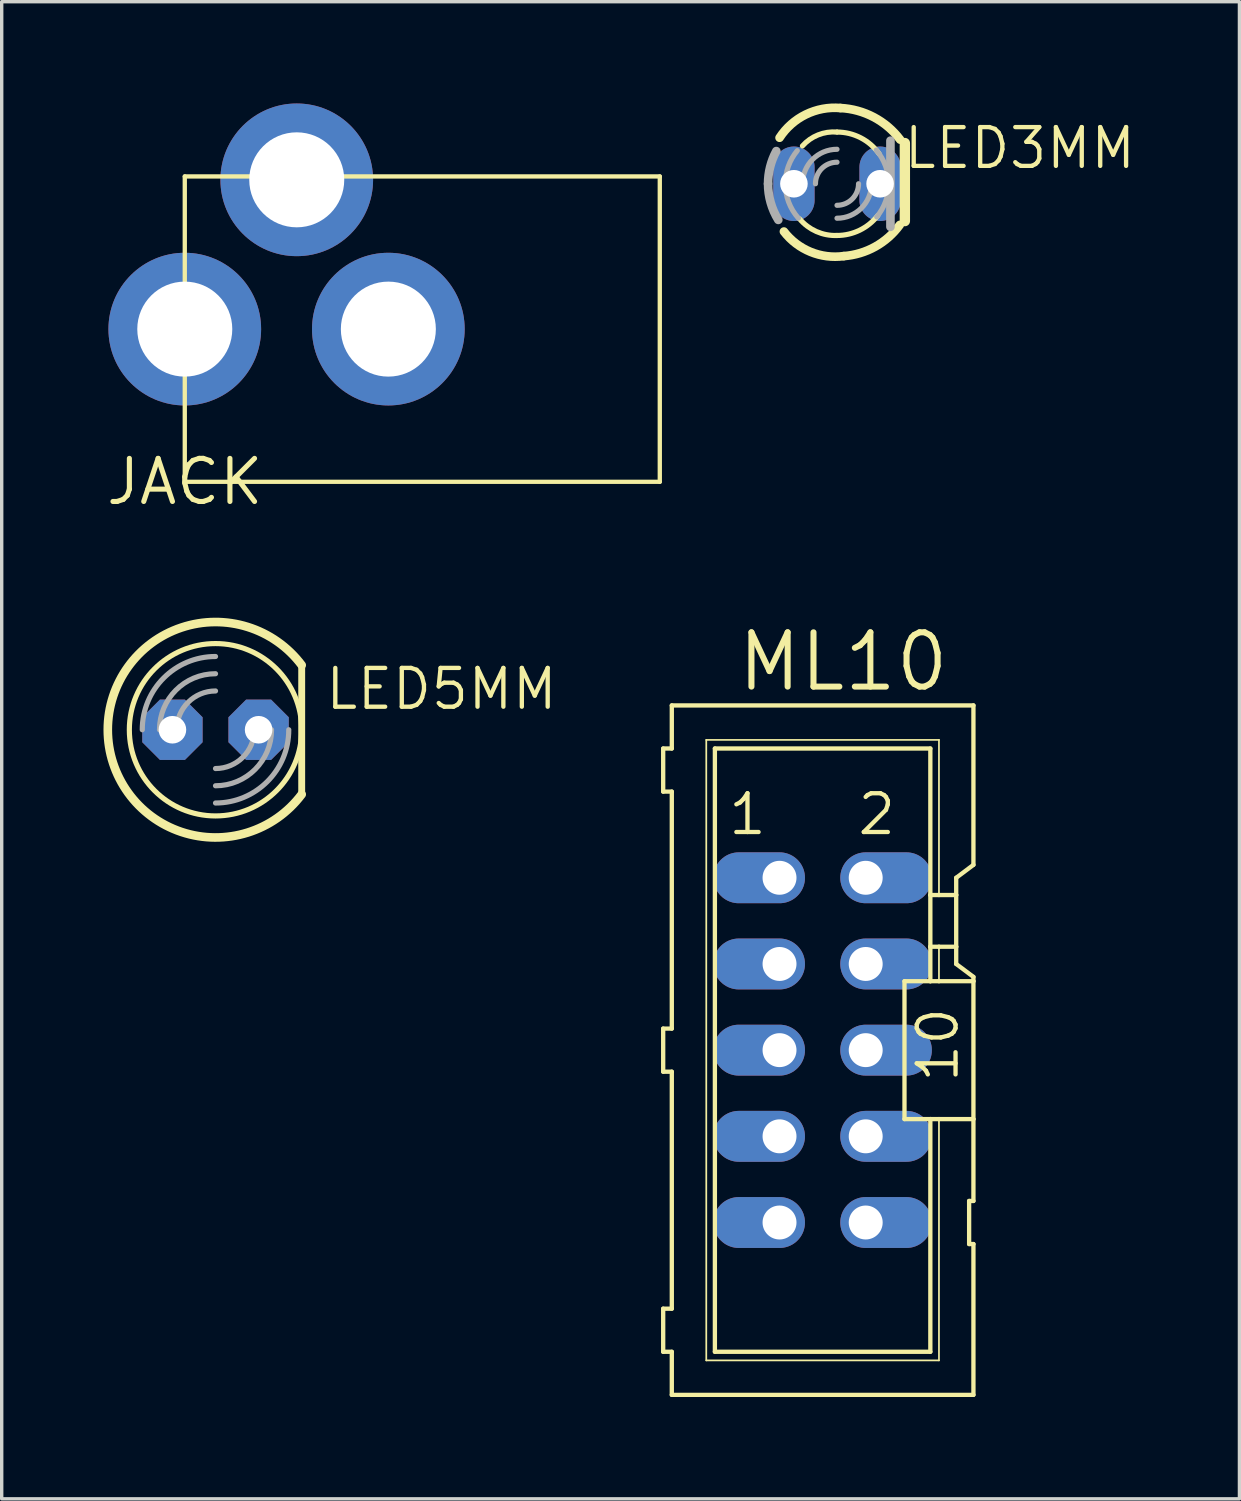
<source format=kicad_pcb>
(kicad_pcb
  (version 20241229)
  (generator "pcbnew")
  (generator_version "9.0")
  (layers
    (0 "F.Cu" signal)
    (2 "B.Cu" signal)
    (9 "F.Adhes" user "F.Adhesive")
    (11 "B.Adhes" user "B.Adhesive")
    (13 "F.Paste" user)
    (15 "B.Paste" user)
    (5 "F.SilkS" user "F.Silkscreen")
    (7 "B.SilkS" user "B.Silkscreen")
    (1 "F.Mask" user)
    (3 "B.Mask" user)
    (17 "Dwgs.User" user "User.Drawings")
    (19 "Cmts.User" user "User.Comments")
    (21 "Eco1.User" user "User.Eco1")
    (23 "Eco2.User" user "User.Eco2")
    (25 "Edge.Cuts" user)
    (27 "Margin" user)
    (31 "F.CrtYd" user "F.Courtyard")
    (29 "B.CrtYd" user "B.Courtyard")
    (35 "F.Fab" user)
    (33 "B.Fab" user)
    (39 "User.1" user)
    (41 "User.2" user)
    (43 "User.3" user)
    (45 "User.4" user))
  (footprint "JACK"
    (layer "F.Cu")
    (at 2.396 11.15)
    (property "Reference" "JACK" (at 0 0 0) (layer "F.SilkS") (effects (font (size 1.27 1.27) (thickness 0.15))))
    (fp_line (start 0 -9) (end 0 0) (stroke (width 0.127) (type solid)) (layer "F.SilkS"))
    (fp_line (start 0 0) (end 14 0) (stroke (width 0.127) (type solid)) (layer "F.SilkS"))
    (fp_line (start 14 -9) (end 0 -9) (stroke (width 0.127) (type solid)) (layer "F.SilkS"))
    (fp_line (start 14 0) (end 14 -9) (stroke (width 0.127) (type solid)) (layer "F.SilkS"))
    (pad "1" thru_hole circle (at 0 -4.5 180) (size 4.5 4.5) (drill 2.8) (layers "*.Cu" "*.Mask"))
    (pad "2" thru_hole circle (at 6 -4.5) (size 4.5 4.5) (drill 2.8) (layers "*.Cu" "*.Mask"))
    (pad "3" thru_hole circle (at 3.3 -8.9 50) (size 4.5 4.5) (drill 2.8) (layers "*.Cu" "*.Mask")))
  (footprint "ML10"
    (layer "F.Cu")
    (at 21.195 30.441)
    (property "Reference" "ML10" (at 3.81 -14.922 0) (layer "F.SilkS") (effects (font (size 1.6 1.6) (thickness 0.178)) (justify right top)))
    (fp_line (start -4.699 -11.43) (end -4.699 -10.16) (stroke (width 0.127) (type solid)) (layer "F.SilkS"))
    (fp_line (start -4.699 -3.175) (end -4.699 -1.905) (stroke (width 0.127) (type solid)) (layer "F.SilkS"))
    (fp_line (start -4.699 -3.175) (end -4.445 -3.175) (stroke (width 0.127) (type solid)) (layer "F.SilkS"))
    (fp_line (start -4.699 -1.905) (end -4.445 -1.905) (stroke (width 0.127) (type solid)) (layer "F.SilkS"))
    (fp_line (start -4.699 5.08) (end -4.699 6.35) (stroke (width 0.127) (type solid)) (layer "F.SilkS"))
    (fp_line (start -4.699 5.08) (end -4.445 5.08) (stroke (width 0.127) (type solid)) (layer "F.SilkS"))
    (fp_line (start -4.699 6.35) (end -4.445 6.35) (stroke (width 0.127) (type solid)) (layer "F.SilkS"))
    (fp_line (start -4.445 -11.43) (end -4.699 -11.43) (stroke (width 0.127) (type solid)) (layer "F.SilkS"))
    (fp_line (start -4.445 -11.43) (end -4.445 -12.7) (stroke (width 0.127) (type solid)) (layer "F.SilkS"))
    (fp_line (start -4.445 -10.16) (end -4.699 -10.16) (stroke (width 0.127) (type solid)) (layer "F.SilkS"))
    (fp_line (start -4.445 -3.175) (end -4.445 -10.16) (stroke (width 0.127) (type solid)) (layer "F.SilkS"))
    (fp_line (start -4.445 5.08) (end -4.445 -1.905) (stroke (width 0.127) (type solid)) (layer "F.SilkS"))
    (fp_line (start -4.445 7.62) (end -4.445 6.35) (stroke (width 0.127) (type solid)) (layer "F.SilkS"))
    (fp_line (start -4.445 7.62) (end 4.445 7.62) (stroke (width 0.127) (type solid)) (layer "F.SilkS"))
    (fp_line (start -3.429 -11.684) (end -3.429 6.604) (stroke (width 0.051) (type solid)) (layer "F.SilkS"))
    (fp_line (start -3.429 6.604) (end 3.429 6.604) (stroke (width 0.051) (type solid)) (layer "F.SilkS"))
    (fp_line (start -3.175 6.35) (end -3.175 -11.43) (stroke (width 0.127) (type solid)) (layer "F.SilkS"))
    (fp_line (start -3.175 6.35) (end 3.175 6.35) (stroke (width 0.127) (type solid)) (layer "F.SilkS"))
    (fp_line (start 2.413 -4.572) (end 2.413 -0.508) (stroke (width 0.127) (type solid)) (layer "F.SilkS"))
    (fp_line (start 2.413 -4.572) (end 3.175 -4.572) (stroke (width 0.127) (type solid)) (layer "F.SilkS"))
    (fp_line (start 3.175 -11.43) (end -3.175 -11.43) (stroke (width 0.127) (type solid)) (layer "F.SilkS"))
    (fp_line (start 3.175 -11.43) (end 3.175 -7.112) (stroke (width 0.127) (type solid)) (layer "F.SilkS"))
    (fp_line (start 3.175 -7.112) (end 3.175 -5.588) (stroke (width 0.127) (type solid)) (layer "F.SilkS"))
    (fp_line (start 3.175 -7.112) (end 3.429 -7.112) (stroke (width 0.127) (type solid)) (layer "F.SilkS"))
    (fp_line (start 3.175 -5.588) (end 3.175 -4.572) (stroke (width 0.127) (type solid)) (layer "F.SilkS"))
    (fp_line (start 3.175 -5.588) (end 3.429 -5.588) (stroke (width 0.127) (type solid)) (layer "F.SilkS"))
    (fp_line (start 3.175 -4.572) (end 3.429 -4.572) (stroke (width 0.127) (type solid)) (layer "F.SilkS"))
    (fp_line (start 3.175 -0.508) (end 2.413 -0.508) (stroke (width 0.127) (type solid)) (layer "F.SilkS"))
    (fp_line (start 3.175 -0.508) (end 3.175 6.35) (stroke (width 0.127) (type solid)) (layer "F.SilkS"))
    (fp_line (start 3.175 -0.508) (end 3.429 -0.508) (stroke (width 0.127) (type solid)) (layer "F.SilkS"))
    (fp_line (start 3.429 -11.684) (end -3.429 -11.684) (stroke (width 0.051) (type solid)) (layer "F.SilkS"))
    (fp_line (start 3.429 -7.112) (end 3.429 -11.684) (stroke (width 0.051) (type solid)) (layer "F.SilkS"))
    (fp_line (start 3.429 -7.112) (end 3.937 -7.112) (stroke (width 0.127) (type solid)) (layer "F.SilkS"))
    (fp_line (start 3.429 -5.588) (end 3.429 -4.572) (stroke (width 0.051) (type solid)) (layer "F.SilkS"))
    (fp_line (start 3.429 -5.588) (end 3.937 -5.588) (stroke (width 0.127) (type solid)) (layer "F.SilkS"))
    (fp_line (start 3.429 -4.572) (end 4.445 -4.572) (stroke (width 0.127) (type solid)) (layer "F.SilkS"))
    (fp_line (start 3.429 -0.508) (end 4.445 -0.508) (stroke (width 0.127) (type solid)) (layer "F.SilkS"))
    (fp_line (start 3.429 6.604) (end 3.429 -0.508) (stroke (width 0.051) (type solid)) (layer "F.SilkS"))
    (fp_line (start 3.937 -7.62) (end 3.937 -7.112) (stroke (width 0.127) (type solid)) (layer "F.SilkS"))
    (fp_line (start 3.937 -7.62) (end 4.445 -8.001) (stroke (width 0.127) (type solid)) (layer "F.SilkS"))
    (fp_line (start 3.937 -7.112) (end 3.937 -5.588) (stroke (width 0.127) (type solid)) (layer "F.SilkS"))
    (fp_line (start 3.937 -5.588) (end 3.937 -5.08) (stroke (width 0.127) (type solid)) (layer "F.SilkS"))
    (fp_line (start 4.318 1.905) (end 4.318 3.175) (stroke (width 0.127) (type solid)) (layer "F.SilkS"))
    (fp_line (start 4.318 1.905) (end 4.445 1.905) (stroke (width 0.127) (type solid)) (layer "F.SilkS"))
    (fp_line (start 4.445 -12.7) (end -4.445 -12.7) (stroke (width 0.127) (type solid)) (layer "F.SilkS"))
    (fp_line (start 4.445 -12.7) (end 4.445 -8.001) (stroke (width 0.127) (type solid)) (layer "F.SilkS"))
    (fp_line (start 4.445 -4.699) (end 3.937 -5.08) (stroke (width 0.127) (type solid)) (layer "F.SilkS"))
    (fp_line (start 4.445 -4.699) (end 4.445 -4.572) (stroke (width 0.127) (type solid)) (layer "F.SilkS"))
    (fp_line (start 4.445 -4.572) (end 4.445 -0.508) (stroke (width 0.127) (type solid)) (layer "F.SilkS"))
    (fp_line (start 4.445 -0.508) (end 4.445 1.905) (stroke (width 0.127) (type solid)) (layer "F.SilkS"))
    (fp_line (start 4.445 3.175) (end 4.318 3.175) (stroke (width 0.127) (type solid)) (layer "F.SilkS"))
    (fp_line (start 4.445 3.175) (end 4.445 7.62) (stroke (width 0.127) (type solid)) (layer "F.SilkS"))
    (fp_poly (pts (xy -1.524 -7.366) (xy -1.016 -7.366) (xy -1.016 -7.874) (xy -1.524 -7.874)) (stroke (width 0.1) (type default)) (fill no) (layer "F.Fab"))
    (fp_poly (pts (xy -1.524 -4.826) (xy -1.016 -4.826) (xy -1.016 -5.334) (xy -1.524 -5.334)) (stroke (width 0.1) (type default)) (fill no) (layer "F.Fab"))
    (fp_poly (pts (xy -1.524 -2.286) (xy -1.016 -2.286) (xy -1.016 -2.794) (xy -1.524 -2.794)) (stroke (width 0.1) (type default)) (fill no) (layer "F.Fab"))
    (fp_poly (pts (xy -1.524 0.254) (xy -1.016 0.254) (xy -1.016 -0.254) (xy -1.524 -0.254)) (stroke (width 0.1) (type default)) (fill no) (layer "F.Fab"))
    (fp_poly (pts (xy -1.524 2.794) (xy -1.016 2.794) (xy -1.016 2.286) (xy -1.524 2.286)) (stroke (width 0.1) (type default)) (fill no) (layer "F.Fab"))
    (fp_poly (pts (xy 1.016 -7.366) (xy 1.524 -7.366) (xy 1.524 -7.874) (xy 1.016 -7.874)) (stroke (width 0.1) (type default)) (fill no) (layer "F.Fab"))
    (fp_poly (pts (xy 1.016 -4.826) (xy 1.524 -4.826) (xy 1.524 -5.334) (xy 1.016 -5.334)) (stroke (width 0.1) (type default)) (fill no) (layer "F.Fab"))
    (fp_poly (pts (xy 1.016 -2.286) (xy 1.524 -2.286) (xy 1.524 -2.794) (xy 1.016 -2.794)) (stroke (width 0.1) (type default)) (fill no) (layer "F.Fab"))
    (fp_poly (pts (xy 1.016 0.254) (xy 1.524 0.254) (xy 1.524 -0.254) (xy 1.016 -0.254)) (stroke (width 0.1) (type default)) (fill no) (layer "F.Fab"))
    (fp_poly (pts (xy 1.524 2.794) (xy 1.524 2.286) (xy 1.016 2.286) (xy 1.016 2.794)) (stroke (width 0.1) (type default)) (fill no) (layer "F.Fab"))
    (fp_text user "2" (at 2.223 -10.16 0) (layer "F.SilkS") (effects (font (size 1.143 1.143) (thickness 0.127)) (justify right top)))
    (fp_text user "10" (at 4.064 -1.524 90) (layer "F.SilkS") (effects (font (size 1.143 1.143) (thickness 0.127)) (justify left bottom)))
    (fp_text user "1" (at -1.587 -10.16 0) (layer "F.SilkS") (effects (font (size 1.143 1.143) (thickness 0.127)) (justify right top)))
    (pad "1" thru_hole oval (at -1.27 -7.62 180) (size 2.7 1.5) (drill 1 (offset 0.6 0)) (layers "*.Cu" "*.Mask"))
    (pad "2" thru_hole oval (at 1.27 -7.62) (size 2.7 1.5) (drill 1 (offset 0.6 0)) (layers "*.Cu" "*.Mask"))
    (pad "3" thru_hole oval (at -1.27 -5.08 180) (size 2.7 1.5) (drill 1 (offset 0.6 0)) (layers "*.Cu" "*.Mask"))
    (pad "4" thru_hole oval (at 1.27 -5.08) (size 2.7 1.5) (drill 1 (offset 0.6 0)) (layers "*.Cu" "*.Mask"))
    (pad "5" thru_hole oval (at -1.27 -2.54 180) (size 2.7 1.5) (drill 1 (offset 0.6 0)) (layers "*.Cu" "*.Mask"))
    (pad "6" thru_hole oval (at 1.27 -2.54) (size 2.7 1.5) (drill 1 (offset 0.6 0)) (layers "*.Cu" "*.Mask"))
    (pad "7" thru_hole oval (at -1.27 0 180) (size 2.7 1.5) (drill 1 (offset 0.6 0)) (layers "*.Cu" "*.Mask"))
    (pad "8" thru_hole oval (at 1.27 0) (size 2.7 1.5) (drill 1 (offset 0.6 0)) (layers "*.Cu" "*.Mask"))
    (pad "9" thru_hole oval (at -1.27 2.54 180) (size 2.7 1.5) (drill 1 (offset 0.6 0)) (layers "*.Cu" "*.Mask"))
    (pad "10" thru_hole oval (at 1.27 2.54) (size 2.7 1.5) (drill 1 (offset 0.6 0)) (layers "*.Cu" "*.Mask")))
  (footprint "LED5MM"
    (layer "F.Cu")
    (at 3.302 18.458)
    (property "Reference" "LED5MM" (at 3.175 -0.533 0) (layer "F.SilkS") (effects (font (size 1.143 1.143) (thickness 0.127)) (justify left bottom)))
    (fp_line (start 2.54 1.905) (end 2.54 -1.905) (stroke (width 0.203) (type solid)) (layer "F.SilkS"))
    (fp_arc (start 2.54 1.905) (mid -3.175 0) (end 2.54 -1.905) (stroke (width 0.254) (type solid)) (layer "F.SilkS"))
    (fp_circle (center 0 0) (end 2.54 0) (stroke (width 0.152) (type solid)) (fill no) (layer "F.SilkS"))
    (fp_arc (start -2.159 0) (mid -1.526644 -1.526644) (end 0 -2.159) (stroke (width 0.1524) (type solid)) (layer "F.Fab"))
    (fp_arc (start -1.651 0) (mid -1.167433 -1.167433) (end 0 -1.651) (stroke (width 0.1524) (type solid)) (layer "F.Fab"))
    (fp_arc (start -1.143 0) (mid -0.808223 -0.808223) (end 0 -1.143) (stroke (width 0.1524) (type solid)) (layer "F.Fab"))
    (fp_arc (start 1.143 0) (mid 0.808223 0.808223) (end 0 1.143) (stroke (width 0.1524) (type solid)) (layer "F.Fab"))
    (fp_arc (start 1.651 0) (mid 1.167433 1.167433) (end 0 1.651) (stroke (width 0.1524) (type solid)) (layer "F.Fab"))
    (fp_arc (start 2.159 0) (mid 1.526644 1.526644) (end 0 2.159) (stroke (width 0.1524) (type solid)) (layer "F.Fab"))
    (pad "A" thru_hole roundrect (at -1.27 0 90) (size 1.778 1.778) (drill 0.813) (layers "*.Cu" "*.Mask") (roundrect_rratio 0.25) (chamfer_ratio 0.293) (chamfer top_left top_right bottom_left bottom_right))
    (pad "K" thru_hole roundrect (at 1.27 0 90) (size 1.778 1.778) (drill 0.813) (layers "*.Cu" "*.Mask") (roundrect_rratio 0.25) (chamfer_ratio 0.293) (chamfer top_left top_right bottom_left bottom_right)))
  (footprint "LED3MM"
    (layer "F.Cu")
    (at 21.619 2.366)
    (property "Reference" "LED3MM" (at 1.905 -0.381 0) (layer "F.SilkS") (effects (font (size 1.143 1.143) (thickness 0.127)) (justify left bottom)))
    (fp_line (start 2 -1.2) (end 2 1.1) (stroke (width 0.305) (type solid)) (layer "F.SilkS"))
    (fp_arc (start -1.6929 -1.3562) (mid -0.91774 -2.0424) (end 0.100001 -2.232) (stroke (width 0.254) (type solid)) (layer "F.SilkS"))
    (fp_arc (start -1.0192 -1.1144) (mid -0.557946 -1.439501) (end 0.000001 -1.524) (stroke (width 0.1524) (type solid)) (layer "F.SilkS"))
    (fp_arc (start 0 -1.524) (mid 0.697339 -1.355082) (end 1.2401 -0.885801) (stroke (width 0.1524) (type solid)) (layer "F.SilkS"))
    (fp_arc (start 0.000001 1.524) (mid -0.60802 1.407445) (end -1.103 1.0356) (stroke (width 0.1524) (type solid)) (layer "F.SilkS"))
    (fp_arc (start 0.1 -2.232) (mid 1.084121 -1.962431) (end 1.861 -1.300901) (stroke (width 0.254) (type solid)) (layer "F.SilkS"))
    (fp_arc (start 0.200001 2.132) (mid -0.779552 2.007525) (end -1.5643 1.4082) (stroke (width 0.254) (type solid)) (layer "F.SilkS"))
    (fp_arc (start 1.203 0.9356) (mid 0.669593 1.369018) (end 0 1.524) (stroke (width 0.1524) (type solid)) (layer "F.SilkS"))
    (fp_arc (start 1.851199 1.2126) (mid 1.127014 1.854436) (end 0.2 2.132) (stroke (width 0.254) (type solid)) (layer "F.SilkS"))
    (fp_line (start 1.575 1.27) (end 1.575 -1.27) (stroke (width 0.254) (type solid)) (layer "F.Fab"))
    (fp_arc (start -2.032 0) (mid -1.970339 -0.496775) (end -1.7891 -0.9634) (stroke (width 0.254) (type solid)) (layer "F.Fab"))
    (fp_arc (start -1.7306 1.065) (mid -1.95521 0.553417) (end -2.032 0) (stroke (width 0.254) (type solid)) (layer "F.Fab"))
    (fp_arc (start -1.524 0) (mid -1.432981 -0.518783) (end -1.1708 -0.9756) (stroke (width 0.1524) (type solid)) (layer "F.Fab"))
    (fp_arc (start -1.1391 1.0125) (mid -1.42454 0.5416) (end -1.524 0) (stroke (width 0.1524) (type solid)) (layer "F.Fab"))
    (fp_arc (start -1.016 0) (mid -0.71842 -0.71842) (end 0 -1.016) (stroke (width 0.1524) (type solid)) (layer "F.Fab"))
    (fp_arc (start -0.635 0) (mid -0.449013 -0.449013) (end 0 -0.635) (stroke (width 0.1524) (type solid)) (layer "F.Fab"))
    (fp_arc (start 0.635 0) (mid 0.449013 0.449013) (end 0 0.635) (stroke (width 0.1524) (type solid)) (layer "F.Fab"))
    (fp_arc (start 1.016 0) (mid 0.71842 0.71842) (end 0 1.016) (stroke (width 0.1524) (type solid)) (layer "F.Fab"))
    (fp_arc (start 1.1571 -0.9918) (mid 1.429332 -0.528744) (end 1.524 0) (stroke (width 0.1524) (type solid)) (layer "F.Fab"))
    (fp_arc (start 1.524 0) (mid 1.432981 0.518783) (end 1.1708 0.9756) (stroke (width 0.1524) (type solid)) (layer "F.Fab"))
    (pad "A" thru_hole oval (at -1.27 0 90) (size 2.195 1.219) (drill 0.813) (layers "*.Cu" "*.Mask"))
    (pad "K" thru_hole oval (at 1.27 0 90) (size 2.195 1.219) (drill 0.813) (layers "*.Cu" "*.Mask")))
  (gr_rect
    (start -3 -3)
    (end 33.48 41.125)
    (stroke (width 0.1) (type default))
    (fill no)
    (layer "Edge.Cuts")))
</source>
